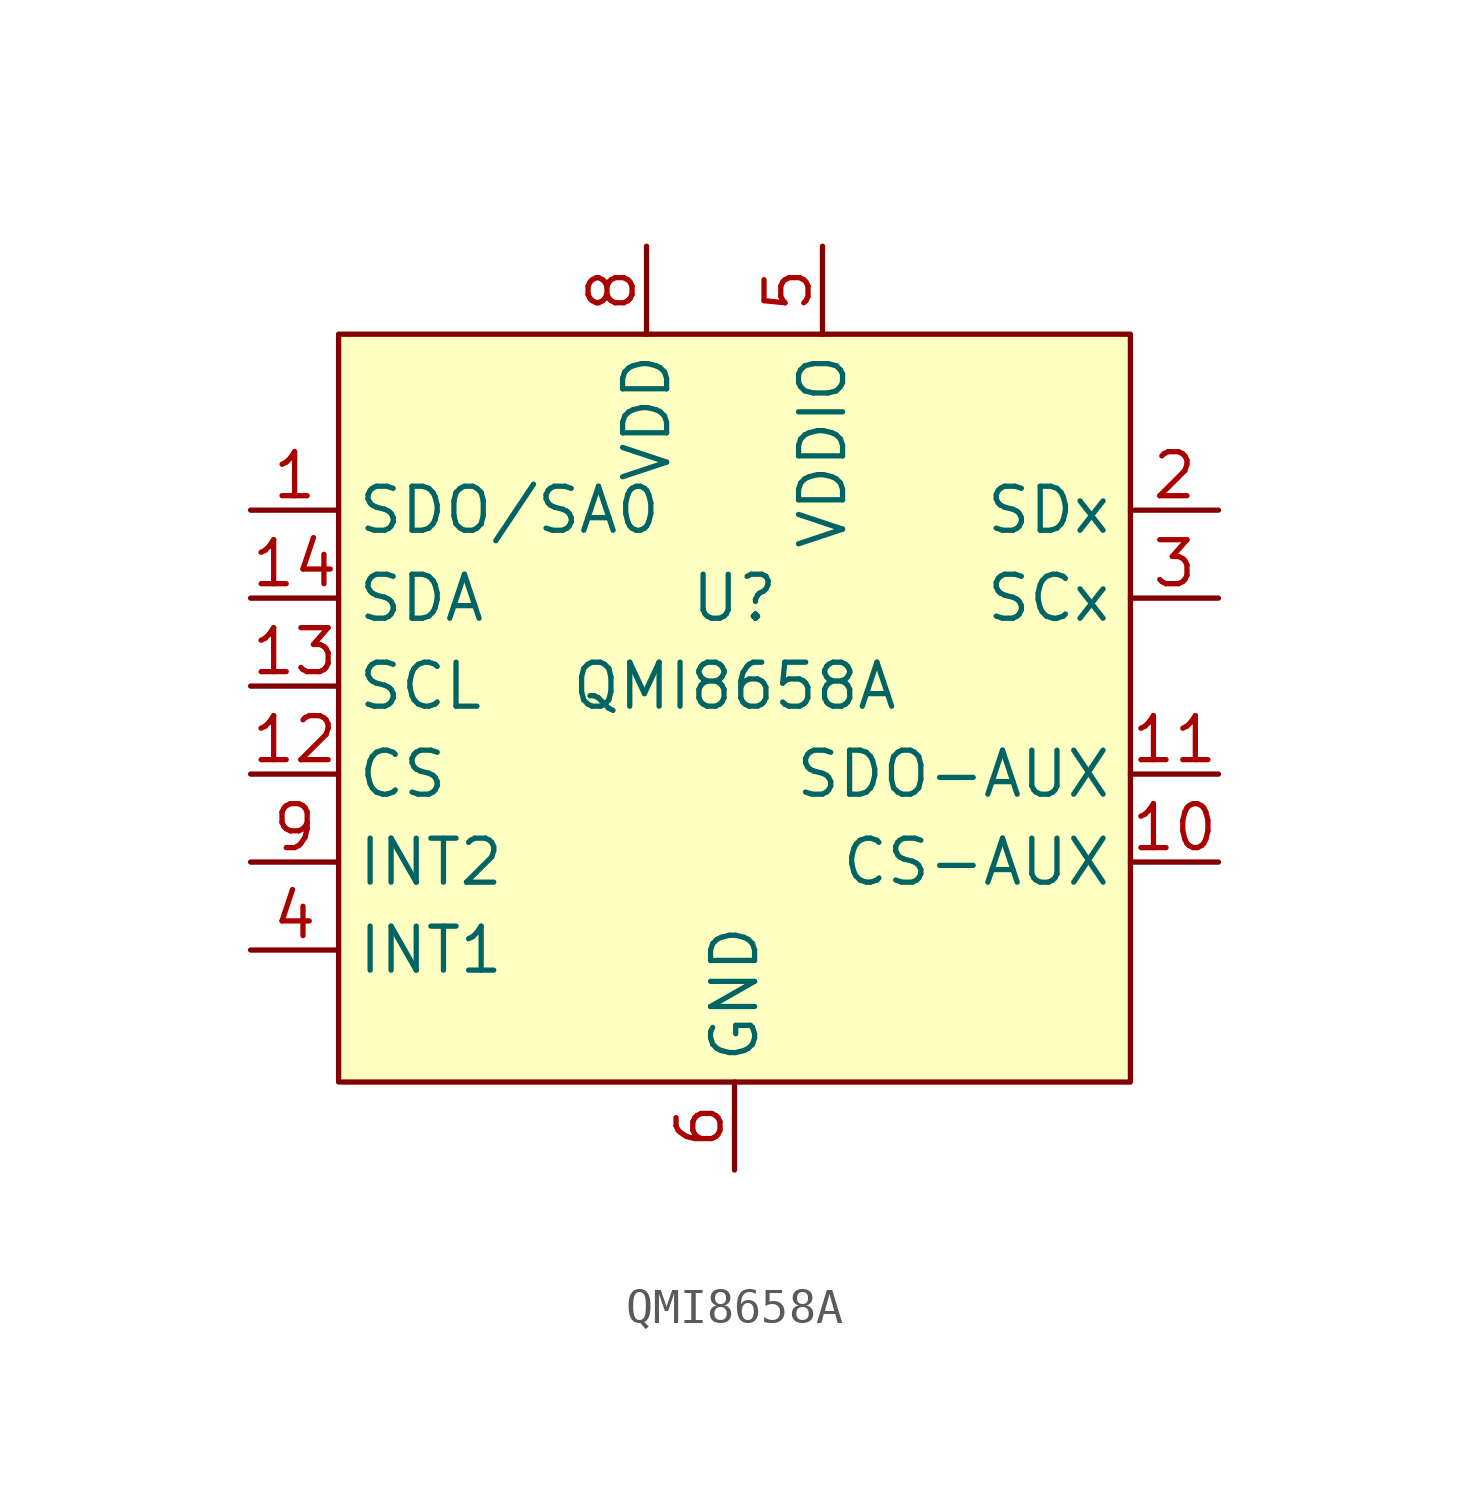
<source format=kicad_sym>
(kicad_symbol_lib
  (version 20220914)
  (generator kicad_symbol_editor)
  (symbol "QMI8658A"
    (property "Reference" "U"
      (at 0 2.54 0)
      (effects (font (size 1.27 1.27))))
    (property "Value" "QMI8658A"
      (at 0 0 0)
      (effects (font (size 1.27 1.27))))
    (symbol "QMI8658A_1_1"
      (rectangle (start -11.43 10.16) (end 11.43 -11.43) (stroke (width 0) (type default)) (fill (type background)))
      (pin output line (at -13.97 5.08 0) (length 2.54) (name "SDO/SA0" (effects (font (size 1.27 1.27)))) (number "1" (effects (font (size 1.27 1.27)))))
      (pin passive line (at 13.97 -5.08 180) (length 2.54) (name "CS-AUX" (effects (font (size 1.27 1.27)))) (number "10" (effects (font (size 1.27 1.27)))))
      (pin passive line (at 13.97 -2.54 180) (length 2.54) (name "SDO-AUX" (effects (font (size 1.27 1.27)))) (number "11" (effects (font (size 1.27 1.27)))))
      (pin input line (at -13.97 -2.54 0) (length 2.54) (name "CS" (effects (font (size 1.27 1.27)))) (number "12" (effects (font (size 1.27 1.27)))) (alternate "SA0" output line))
      (pin input line (at -13.97 0 0) (length 2.54) (name "SCL" (effects (font (size 1.27 1.27)))) (number "13" (effects (font (size 1.27 1.27)))) (alternate "SA0" output line))
      (pin input line (at -13.97 2.54 0) (length 2.54) (name "SDA" (effects (font (size 1.27 1.27)))) (number "14" (effects (font (size 1.27 1.27)))) (alternate "SA0" output line))
      (pin passive line (at 13.97 5.08 180) (length 2.54) (name "SDx" (effects (font (size 1.27 1.27)))) (number "2" (effects (font (size 1.27 1.27)))))
      (pin passive line (at 13.97 2.54 180) (length 2.54) (name "SCx" (effects (font (size 1.27 1.27)))) (number "3" (effects (font (size 1.27 1.27)))))
      (pin output line (at -13.97 -7.62 0) (length 2.54) (name "INT1" (effects (font (size 1.27 1.27)))) (number "4" (effects (font (size 1.27 1.27)))))
      (pin power_in line (at 2.54 12.7 270) (length 2.54) (name "VDDIO" (effects (font (size 1.27 1.27)))) (number "5" (effects (font (size 1.27 1.27)))))
      (pin power_in line (at 0 -13.97 90) (length 2.54) (name "GND" (effects (font (size 1.27 1.27)))) (number "6" (effects (font (size 1.27 1.27)))))
      (pin power_in line (at 0 -13.97 90) (length 2.54) hide (name "GND" (effects (font (size 1.27 1.27)))) (number "7" (effects (font (size 1.27 1.27)))))
      (pin power_in line (at -2.54 12.7 270) (length 2.54) (name "VDD" (effects (font (size 1.27 1.27)))) (number "8" (effects (font (size 1.27 1.27)))))
      (pin output line (at -13.97 -5.08 0) (length 2.54) (name "INT2" (effects (font (size 1.27 1.27)))) (number "9" (effects (font (size 1.27 1.27))))))))
</source>
